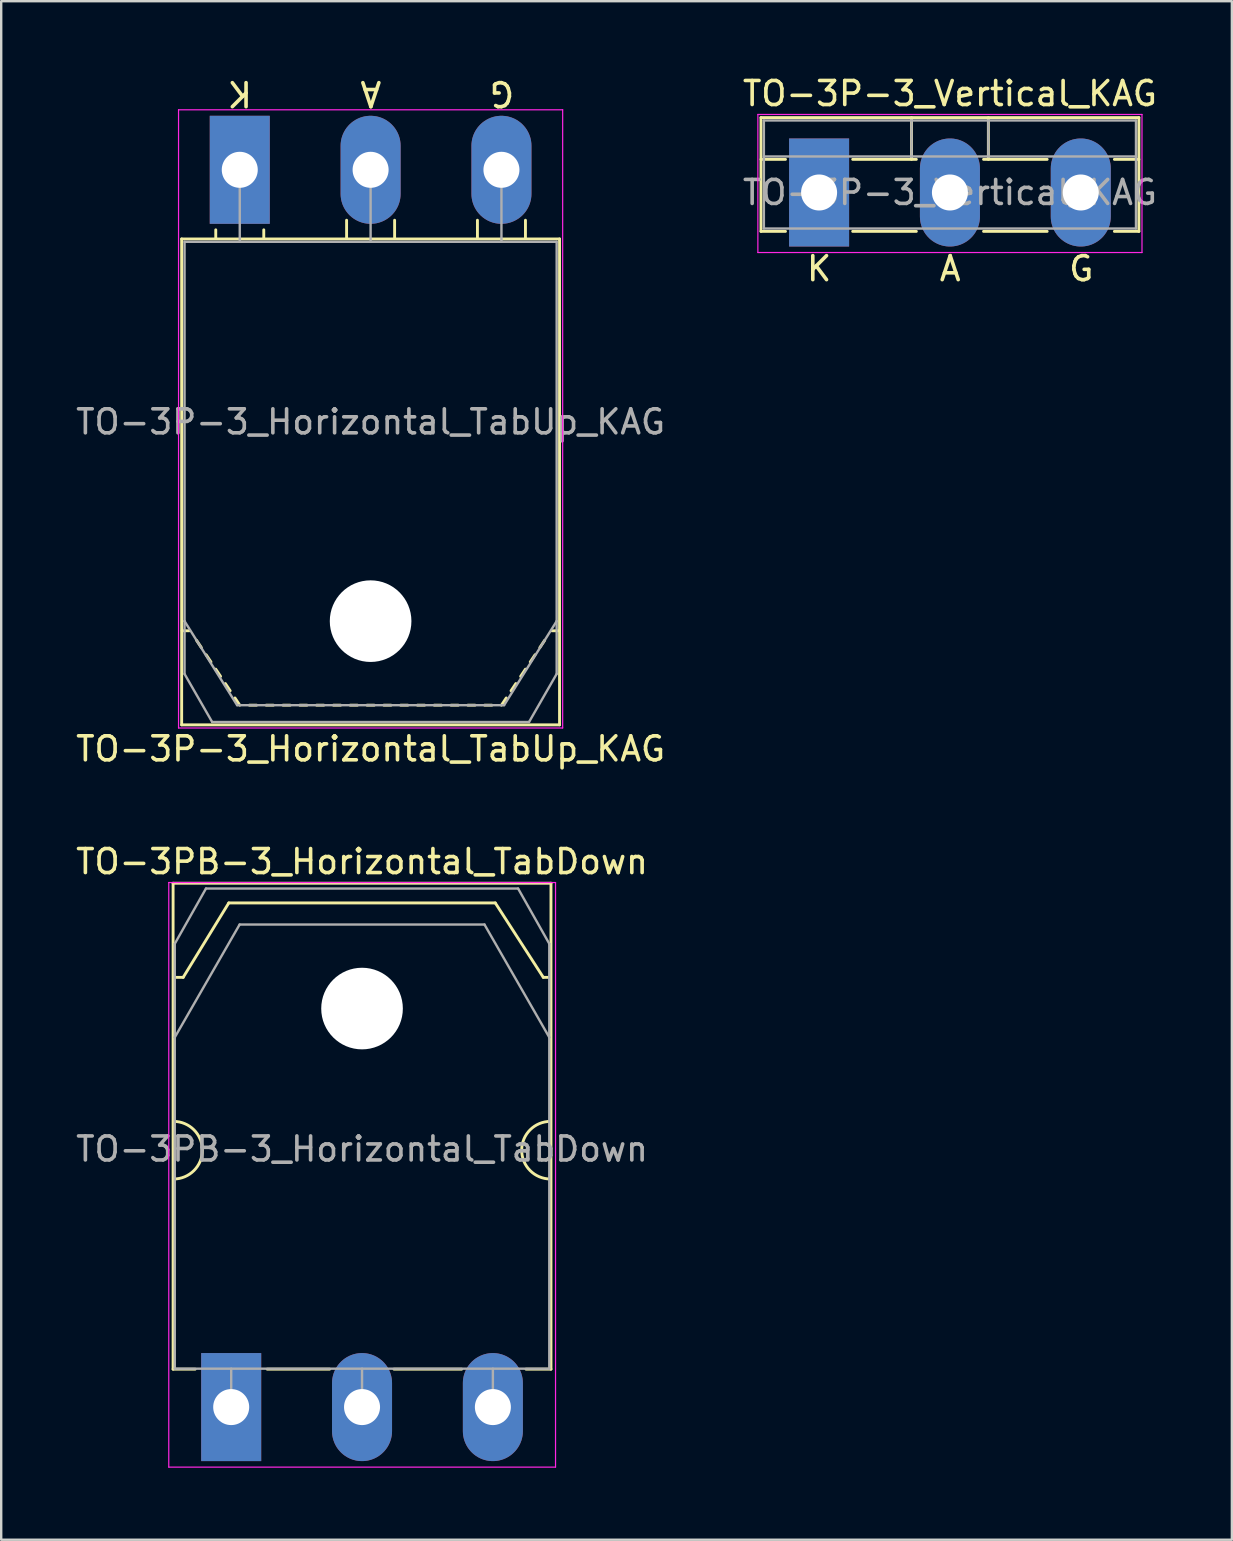
<source format=kicad_pcb>
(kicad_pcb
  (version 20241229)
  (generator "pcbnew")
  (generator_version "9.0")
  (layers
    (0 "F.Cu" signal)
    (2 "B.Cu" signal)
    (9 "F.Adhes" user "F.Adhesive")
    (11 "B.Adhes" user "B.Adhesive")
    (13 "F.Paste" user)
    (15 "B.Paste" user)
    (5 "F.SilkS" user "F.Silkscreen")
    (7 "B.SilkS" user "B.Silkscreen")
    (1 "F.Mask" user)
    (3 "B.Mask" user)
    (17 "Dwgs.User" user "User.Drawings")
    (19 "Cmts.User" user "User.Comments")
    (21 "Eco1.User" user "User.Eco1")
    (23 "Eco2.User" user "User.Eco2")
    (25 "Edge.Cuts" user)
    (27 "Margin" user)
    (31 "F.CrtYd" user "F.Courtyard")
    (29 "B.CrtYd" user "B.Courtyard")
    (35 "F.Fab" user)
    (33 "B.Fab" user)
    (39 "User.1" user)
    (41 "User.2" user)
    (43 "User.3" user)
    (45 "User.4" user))
  (footprint "TO-3PB-3_Horizontal_TabDown"
    (layer "F.Cu")
    (at 6.58 55.56)
    (property "Reference" "TO-3PB-3_Horizontal_TabDown" (at 5.45 -22.72 0) (layer "F.SilkS") (effects (font (size 1 1) (thickness 0.15))))
    (attr through_hole)
    (fp_line (start -2.42 -21.82) (end -2.42 -1.58) (stroke (width 0.12) (type solid)) (layer "F.SilkS"))
    (fp_line (start -2.42 -21.82) (end 13.32 -21.82) (stroke (width 0.12) (type solid)) (layer "F.SilkS"))
    (fp_line (start -2.42 -1.58) (end -1.5 -1.58) (stroke (width 0.12) (type solid)) (layer "F.SilkS"))
    (fp_line (start -2 -17.9) (end -2.4 -17.9) (stroke (width 0.12) (type solid)) (layer "F.SilkS"))
    (fp_line (start -2 -17.9) (end -0.1 -21) (stroke (width 0.12) (type solid)) (layer "F.SilkS"))
    (fp_line (start -0.1 -21) (end 11 -21) (stroke (width 0.12) (type solid)) (layer "F.SilkS"))
    (fp_line (start 1.5 -1.58) (end 4.1 -1.58) (stroke (width 0.12) (type solid)) (layer "F.SilkS"))
    (fp_line (start 6.78 -1.58) (end 9.6 -1.58) (stroke (width 0.12) (type solid)) (layer "F.SilkS"))
    (fp_line (start 11 -21) (end 13 -17.9) (stroke (width 0.12) (type solid)) (layer "F.SilkS"))
    (fp_line (start 12.28 -1.58) (end 13.32 -1.58) (stroke (width 0.12) (type solid)) (layer "F.SilkS"))
    (fp_line (start 13 -17.9) (end 13.3 -17.9) (stroke (width 0.12) (type solid)) (layer "F.SilkS"))
    (fp_line (start 13.32 -21.82) (end 13.32 -1.58) (stroke (width 0.12) (type solid)) (layer "F.SilkS"))
    (fp_arc (start -2.4 -11.9) (mid -1.2 -10.7) (end -2.4 -9.5) (stroke (width 0.12) (type solid)) (layer "F.SilkS"))
    (fp_arc (start 13.3 -9.5) (mid 12.1 -10.7) (end 13.3 -11.9) (stroke (width 0.12) (type solid)) (layer "F.SilkS"))
    (fp_line (start -2.6 -21.85) (end -2.6 2.5) (stroke (width 0.05) (type solid)) (layer "F.CrtYd"))
    (fp_line (start -2.6 2.5) (end 13.51 2.5) (stroke (width 0.05) (type solid)) (layer "F.CrtYd"))
    (fp_line (start 13.51 -21.85) (end -2.6 -21.85) (stroke (width 0.05) (type solid)) (layer "F.CrtYd"))
    (fp_line (start 13.51 2.5) (end 13.51 -21.85) (stroke (width 0.05) (type solid)) (layer "F.CrtYd"))
    (fp_line (start -2.35 -19.3) (end -1.05 -21.6) (stroke (width 0.1) (type solid)) (layer "F.Fab"))
    (fp_line (start -2.35 -15.401) (end -2.35 -19.3) (stroke (width 0.1) (type solid)) (layer "F.Fab"))
    (fp_line (start -2.35 -15.401) (end 0.351 -20.1) (stroke (width 0.1) (type solid)) (layer "F.Fab"))
    (fp_line (start -2.35 -1.6) (end -2.35 -15.401) (stroke (width 0.1) (type solid)) (layer "F.Fab"))
    (fp_line (start -1.05 -21.6) (end 11.95 -21.6) (stroke (width 0.1) (type solid)) (layer "F.Fab"))
    (fp_line (start 0 -1.6) (end 0 0) (stroke (width 0.1) (type solid)) (layer "F.Fab"))
    (fp_line (start 0.351 -20.1) (end 10.55 -20.1) (stroke (width 0.1) (type solid)) (layer "F.Fab"))
    (fp_line (start 5.45 -1.6) (end 5.45 0) (stroke (width 0.1) (type solid)) (layer "F.Fab"))
    (fp_line (start 10.55 -20.1) (end 13.25 -15.401) (stroke (width 0.1) (type solid)) (layer "F.Fab"))
    (fp_line (start 10.9 -1.6) (end 10.9 0) (stroke (width 0.1) (type solid)) (layer "F.Fab"))
    (fp_line (start 11.95 -21.6) (end 13.25 -19.3) (stroke (width 0.1) (type solid)) (layer "F.Fab"))
    (fp_line (start 13.25 -19.3) (end 13.25 -15.401) (stroke (width 0.1) (type solid)) (layer "F.Fab"))
    (fp_line (start 13.25 -15.401) (end 13.25 -1.6) (stroke (width 0.1) (type solid)) (layer "F.Fab"))
    (fp_line (start 13.25 -1.6) (end -2.35 -1.6) (stroke (width 0.1) (type solid)) (layer "F.Fab"))
    (fp_circle (center 5.45 -16.6) (end 7.05 -16.6) (stroke (width 0.1) (type solid)) (fill no) (layer "F.Fab"))
    (fp_text user "${REFERENCE}" (at 5.45 -10.75 0) (layer "F.Fab") (effects (font (size 1 1) (thickness 0.15))))
    (pad "" np_thru_hole oval (at 5.45 -16.6) (size 3.4 3.4) (drill 3.4) (layers "*.Cu" "*.Mask"))
    (pad "1" thru_hole rect (at 0 0) (size 2.5 4.5) (drill 1.5) (layers "*.Cu" "*.Mask"))
    (pad "2" thru_hole oval (at 5.45 0) (size 2.5 4.5) (drill 1.5) (layers "*.Cu" "*.Mask"))
    (pad "3" thru_hole oval (at 10.9 0) (size 2.5 4.5) (drill 1.5) (layers "*.Cu" "*.Mask")))
  (footprint "TO-3P-3_Vertical_KAG"
    (layer "F.Cu")
    (at 31.068 4.968)
    (property "Reference" "TO-3P-3_Vertical_KAG" (at 5.45 -4.12 0) (layer "F.SilkS") (effects (font (size 1 1) (thickness 0.15))))
    (fp_line (start -2.42 -3.12) (end -2.42 1.62) (stroke (width 0.12) (type solid)) (layer "F.SilkS"))
    (fp_line (start -2.42 -3.12) (end 13.32 -3.12) (stroke (width 0.12) (type solid)) (layer "F.SilkS"))
    (fp_line (start -2.42 -1.38) (end -1.4 -1.38) (stroke (width 0.12) (type solid)) (layer "F.SilkS"))
    (fp_line (start -2.42 1.62) (end -1.4 1.62) (stroke (width 0.12) (type solid)) (layer "F.SilkS"))
    (fp_line (start 1.4 -1.38) (end 4.051 -1.38) (stroke (width 0.12) (type solid)) (layer "F.SilkS"))
    (fp_line (start 1.4 1.62) (end 4.051 1.62) (stroke (width 0.12) (type solid)) (layer "F.SilkS"))
    (fp_line (start 3.85 -3.12) (end 3.85 -1.38) (stroke (width 0.12) (type solid)) (layer "F.SilkS"))
    (fp_line (start 6.85 -1.38) (end 9.5 -1.38) (stroke (width 0.12) (type solid)) (layer "F.SilkS"))
    (fp_line (start 6.85 1.62) (end 9.5 1.62) (stroke (width 0.12) (type solid)) (layer "F.SilkS"))
    (fp_line (start 7.051 -3.12) (end 7.051 -1.38) (stroke (width 0.12) (type solid)) (layer "F.SilkS"))
    (fp_line (start 12.3 -1.38) (end 13.32 -1.38) (stroke (width 0.12) (type solid)) (layer "F.SilkS"))
    (fp_line (start 12.3 1.62) (end 13.32 1.62) (stroke (width 0.12) (type solid)) (layer "F.SilkS"))
    (fp_line (start 13.32 -3.12) (end 13.32 1.62) (stroke (width 0.12) (type solid)) (layer "F.SilkS"))
    (fp_line (start -2.55 -3.25) (end -2.55 2.5) (stroke (width 0.05) (type solid)) (layer "F.CrtYd"))
    (fp_line (start -2.55 2.5) (end 13.45 2.5) (stroke (width 0.05) (type solid)) (layer "F.CrtYd"))
    (fp_line (start 13.45 -3.25) (end -2.55 -3.25) (stroke (width 0.05) (type solid)) (layer "F.CrtYd"))
    (fp_line (start 13.45 2.5) (end 13.45 -3.25) (stroke (width 0.05) (type solid)) (layer "F.CrtYd"))
    (fp_line (start -2.3 -3) (end -2.3 1.5) (stroke (width 0.1) (type solid)) (layer "F.Fab"))
    (fp_line (start -2.3 -1.5) (end 13.2 -1.5) (stroke (width 0.1) (type solid)) (layer "F.Fab"))
    (fp_line (start -2.3 1.5) (end 13.2 1.5) (stroke (width 0.1) (type solid)) (layer "F.Fab"))
    (fp_line (start 3.85 -3) (end 3.85 -1.5) (stroke (width 0.1) (type solid)) (layer "F.Fab"))
    (fp_line (start 7.05 -3) (end 7.05 -1.5) (stroke (width 0.1) (type solid)) (layer "F.Fab"))
    (fp_line (start 13.2 -3) (end -2.3 -3) (stroke (width 0.1) (type solid)) (layer "F.Fab"))
    (fp_line (start 13.2 1.5) (end 13.2 -3) (stroke (width 0.1) (type solid)) (layer "F.Fab"))
    (fp_text user "A" (at 5.461 3.175 0) (layer "F.SilkS") (effects (font (size 1 1) (thickness 0.15))))
    (fp_text user "K" (at 0 3.175 0) (layer "F.SilkS") (effects (font (size 1 1) (thickness 0.15))))
    (fp_text user "G" (at 10.922 3.175 0) (layer "F.SilkS") (effects (font (size 1 1) (thickness 0.15))))
    (fp_text user "${REFERENCE}" (at 5.45 0 0) (layer "F.Fab") (effects (font (size 1 1) (thickness 0.15))))
    (pad "1" thru_hole rect (at 0 0) (size 2.5 4.5) (drill 1.5) (layers "*.Cu" "*.Mask"))
    (pad "2" thru_hole oval (at 5.45 0) (size 2.5 4.5) (drill 1.5) (layers "*.Cu" "*.Mask"))
    (pad "3" thru_hole oval (at 10.9 0) (size 2.5 4.5) (drill 1.5) (layers "*.Cu" "*.Mask")))
  (footprint "TO-3P-3_Horizontal_TabUp_KAG"
    (layer "F.Cu")
    (at 6.937 4.023)
    (property "Reference" "TO-3P-3_Horizontal_TabUp_KAG" (at 5.45 24.12 0) (layer "F.SilkS") (effects (font (size 1 1) (thickness 0.15))))
    (fp_line (start -2.42 23.12) (end -2.42 2.88) (stroke (width 0.12) (type solid)) (layer "F.SilkS"))
    (fp_line (start -2.1 19.2) (end -2.4 19.2) (stroke (width 0.12) (type solid)) (layer "F.SilkS"))
    (fp_line (start -1.8 19.6) (end -1.6 19.9) (stroke (width 0.12) (type solid)) (layer "F.SilkS"))
    (fp_line (start -1.4 20.2) (end -1.2 20.5) (stroke (width 0.12) (type solid)) (layer "F.SilkS"))
    (fp_line (start -1 2.85) (end -1 2.5) (stroke (width 0.12) (type solid)) (layer "F.SilkS"))
    (fp_line (start -1 20.8) (end -0.8 21.1) (stroke (width 0.12) (type solid)) (layer "F.SilkS"))
    (fp_line (start -0.6 21.4) (end -0.4 21.7) (stroke (width 0.12) (type solid)) (layer "F.SilkS"))
    (fp_line (start -0.2 22) (end 0 22.3) (stroke (width 0.12) (type solid)) (layer "F.SilkS"))
    (fp_line (start 0.7 22.3) (end 0.4 22.3) (stroke (width 0.12) (type solid)) (layer "F.SilkS"))
    (fp_line (start 1 2.85) (end 1 2.5) (stroke (width 0.12) (type solid)) (layer "F.SilkS"))
    (fp_line (start 1.4 22.3) (end 1.1 22.3) (stroke (width 0.12) (type solid)) (layer "F.SilkS"))
    (fp_line (start 2.1 22.3) (end 1.8 22.3) (stroke (width 0.12) (type solid)) (layer "F.SilkS"))
    (fp_line (start 2.8 22.3) (end 2.5 22.3) (stroke (width 0.12) (type solid)) (layer "F.SilkS"))
    (fp_line (start 3.5 22.3) (end 3.2 22.3) (stroke (width 0.12) (type solid)) (layer "F.SilkS"))
    (fp_line (start 4.2 22.3) (end 3.9 22.3) (stroke (width 0.12) (type solid)) (layer "F.SilkS"))
    (fp_line (start 4.45 2.85) (end 4.45 2.1) (stroke (width 0.12) (type solid)) (layer "F.SilkS"))
    (fp_line (start 4.9 22.3) (end 4.6 22.3) (stroke (width 0.12) (type solid)) (layer "F.SilkS"))
    (fp_line (start 5.6 22.3) (end 5.3 22.3) (stroke (width 0.12) (type solid)) (layer "F.SilkS"))
    (fp_line (start 6.3 22.3) (end 6 22.3) (stroke (width 0.12) (type solid)) (layer "F.SilkS"))
    (fp_line (start 6.45 2.85) (end 6.45 2.1) (stroke (width 0.12) (type solid)) (layer "F.SilkS"))
    (fp_line (start 7 22.3) (end 6.7 22.3) (stroke (width 0.12) (type solid)) (layer "F.SilkS"))
    (fp_line (start 7.7 22.3) (end 7.4 22.3) (stroke (width 0.12) (type solid)) (layer "F.SilkS"))
    (fp_line (start 8.4 22.3) (end 8.1 22.3) (stroke (width 0.12) (type solid)) (layer "F.SilkS"))
    (fp_line (start 9.1 22.3) (end 8.8 22.3) (stroke (width 0.12) (type solid)) (layer "F.SilkS"))
    (fp_line (start 9.8 22.3) (end 9.5 22.3) (stroke (width 0.12) (type solid)) (layer "F.SilkS"))
    (fp_line (start 9.9 2.85) (end 9.9 2.1) (stroke (width 0.12) (type solid)) (layer "F.SilkS"))
    (fp_line (start 10.5 22.3) (end 10.2 22.3) (stroke (width 0.12) (type solid)) (layer "F.SilkS"))
    (fp_line (start 11.1 22) (end 10.9 22.3) (stroke (width 0.12) (type solid)) (layer "F.SilkS"))
    (fp_line (start 11.5 21.4) (end 11.3 21.7) (stroke (width 0.12) (type solid)) (layer "F.SilkS"))
    (fp_line (start 11.9 2.85) (end 11.9 2.1) (stroke (width 0.12) (type solid)) (layer "F.SilkS"))
    (fp_line (start 11.9 20.8) (end 11.7 21.1) (stroke (width 0.12) (type solid)) (layer "F.SilkS"))
    (fp_line (start 12.3 20.2) (end 12.1 20.5) (stroke (width 0.12) (type solid)) (layer "F.SilkS"))
    (fp_line (start 12.7 19.6) (end 12.5 19.9) (stroke (width 0.12) (type solid)) (layer "F.SilkS"))
    (fp_line (start 13 19.2) (end 13.3 19.2) (stroke (width 0.12) (type solid)) (layer "F.SilkS"))
    (fp_line (start 13.32 2.88) (end -2.42 2.88) (stroke (width 0.12) (type solid)) (layer "F.SilkS"))
    (fp_line (start 13.32 23.12) (end -2.42 23.12) (stroke (width 0.12) (type solid)) (layer "F.SilkS"))
    (fp_line (start 13.32 23.12) (end 13.32 2.88) (stroke (width 0.12) (type solid)) (layer "F.SilkS"))
    (fp_line (start -2.55 -2.5) (end -2.55 23.25) (stroke (width 0.05) (type solid)) (layer "F.CrtYd"))
    (fp_line (start -2.55 23.25) (end 13.45 23.25) (stroke (width 0.05) (type solid)) (layer "F.CrtYd"))
    (fp_line (start 13.45 -2.5) (end -2.55 -2.5) (stroke (width 0.05) (type solid)) (layer "F.CrtYd"))
    (fp_line (start 13.45 23.25) (end 13.45 -2.5) (stroke (width 0.05) (type solid)) (layer "F.CrtYd"))
    (fp_line (start -2.3 3) (end -2.3 18.8) (stroke (width 0.1) (type solid)) (layer "F.Fab"))
    (fp_line (start -2.3 18.8) (end -2.3 21) (stroke (width 0.1) (type solid)) (layer "F.Fab"))
    (fp_line (start -2.3 18.8) (end -0.11 22.3) (stroke (width 0.1) (type solid)) (layer "F.Fab"))
    (fp_line (start -2.3 21) (end -1.15 23) (stroke (width 0.1) (type solid)) (layer "F.Fab"))
    (fp_line (start -1.15 23) (end 12.05 23) (stroke (width 0.1) (type solid)) (layer "F.Fab"))
    (fp_line (start -0.11 22.3) (end 11.01 22.3) (stroke (width 0.1) (type solid)) (layer "F.Fab"))
    (fp_line (start 0 3) (end 0 0) (stroke (width 0.1) (type solid)) (layer "F.Fab"))
    (fp_line (start 5.45 3) (end 5.45 0) (stroke (width 0.1) (type solid)) (layer "F.Fab"))
    (fp_line (start 10.9 3) (end 10.9 0) (stroke (width 0.1) (type solid)) (layer "F.Fab"))
    (fp_line (start 11.01 22.3) (end 13.2 18.8) (stroke (width 0.1) (type solid)) (layer "F.Fab"))
    (fp_line (start 12.05 23) (end 13.2 21) (stroke (width 0.1) (type solid)) (layer "F.Fab"))
    (fp_line (start 13.2 3) (end -2.3 3) (stroke (width 0.1) (type solid)) (layer "F.Fab"))
    (fp_line (start 13.2 18.8) (end 13.2 3) (stroke (width 0.1) (type solid)) (layer "F.Fab"))
    (fp_line (start 13.2 21) (end 13.2 18.8) (stroke (width 0.1) (type solid)) (layer "F.Fab"))
    (fp_circle (center 5.45 18.8) (end 7.05 18.8) (stroke (width 0.1) (type solid)) (fill no) (layer "F.Fab"))
    (fp_text user "K" (at 0 -3.175 180) (unlocked yes) (layer "F.SilkS") (effects (font (size 1 1) (thickness 0.15))))
    (fp_text user "G" (at 10.922 -3.175 180) (unlocked yes) (layer "F.SilkS") (effects (font (size 1 1) (thickness 0.15))))
    (fp_text user "A" (at 5.461 -3.175 180) (unlocked yes) (layer "F.SilkS") (effects (font (size 1 1) (thickness 0.15))))
    (fp_text user "${REFERENCE}" (at 5.45 10.5 0) (layer "F.Fab") (effects (font (size 1 1) (thickness 0.15))))
    (pad "" np_thru_hole oval (at 5.45 18.8) (size 3.4 3.4) (drill 3.4) (layers "*.Cu" "*.Mask"))
    (pad "1" thru_hole rect (at 0 0) (size 2.5 4.5) (drill 1.5) (layers "*.Cu" "*.Mask"))
    (pad "2" thru_hole oval (at 5.45 0) (size 2.5 4.5) (drill 1.5) (layers "*.Cu" "*.Mask"))
    (pad "3" thru_hole oval (at 10.9 0) (size 2.5 4.5) (drill 1.5) (layers "*.Cu" "*.Mask")))
  (gr_rect
    (start -3 -3)
    (end 48.262 61.085)
    (stroke (width 0.1) (type default))
    (fill no)
    (layer "Edge.Cuts")))
</source>
